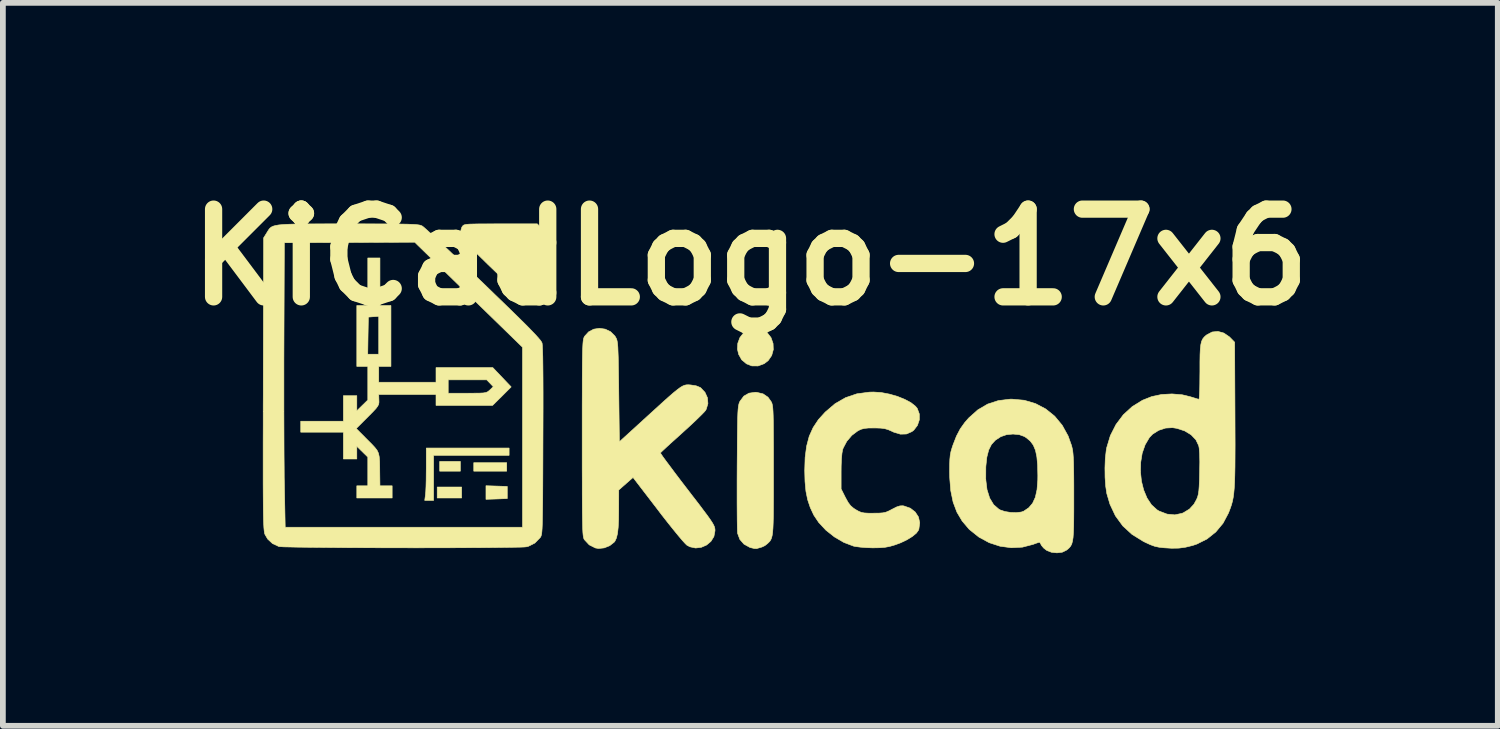
<source format=kicad_pcb>
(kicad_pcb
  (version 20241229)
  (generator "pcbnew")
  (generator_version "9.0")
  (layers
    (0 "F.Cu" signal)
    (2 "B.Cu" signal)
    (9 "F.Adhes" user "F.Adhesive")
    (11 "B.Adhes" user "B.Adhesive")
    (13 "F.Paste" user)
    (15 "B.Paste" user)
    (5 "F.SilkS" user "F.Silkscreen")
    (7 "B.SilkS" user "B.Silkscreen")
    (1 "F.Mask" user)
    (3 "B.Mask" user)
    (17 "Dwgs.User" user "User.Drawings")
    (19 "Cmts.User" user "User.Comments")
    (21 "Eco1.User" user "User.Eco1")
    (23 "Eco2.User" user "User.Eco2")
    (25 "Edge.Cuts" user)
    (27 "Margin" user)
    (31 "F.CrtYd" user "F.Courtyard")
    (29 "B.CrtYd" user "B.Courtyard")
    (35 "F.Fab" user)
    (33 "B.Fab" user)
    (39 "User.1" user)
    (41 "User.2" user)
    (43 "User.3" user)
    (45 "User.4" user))
  (footprint "KiCadLogo-17x6"
    (layer "F.Cu")
    (at 9.986 3.718)
    (property "Reference" "KiCadLogo-17x6" (at 0 -2.3 0) (layer "F.SilkS") (effects (font (size 1.524 1.524) (thickness 0.3))))
    (attr through_hole)
    (fp_poly (pts (xy -5.038 1.418) (xy -5.397 1.418) (xy -5.397 1.249) (xy -5.038 1.249) (xy -5.038 1.418)) (stroke (width 0.01) (type solid)) (fill yes) (layer "F.SilkS"))
    (fp_poly (pts (xy -5.016 1.884) (xy -5.44 1.884) (xy -5.44 1.693) (xy -5.016 1.693) (xy -5.016 1.884)) (stroke (width 0.01) (type solid)) (fill yes) (layer "F.SilkS"))
    (fp_poly (pts (xy -4.233 1.418) (xy -4.805 1.418) (xy -4.805 1.27) (xy -4.233 1.27) (xy -4.233 1.418)) (stroke (width 0.01) (type solid)) (fill yes) (layer "F.SilkS"))
    (fp_poly (pts (xy -4.408 1.677) (xy -4.223 1.683) (xy -4.223 1.894) (xy -4.408 1.901) (xy -4.593 1.907) (xy -4.593 1.671) (xy -4.408 1.677)) (stroke (width 0.01) (type solid)) (fill yes) (layer "F.SilkS"))
    (fp_poly (pts (xy -4.191 1.143) (xy -5.503 1.143) (xy -5.503 1.926) (xy -5.657 1.926) (xy -5.644 1.828) (xy -5.639 1.773) (xy -5.635 1.686) (xy -5.632 1.576) (xy -5.631 1.452) (xy -5.63 1.373) (xy -5.63 1.016) (xy -4.191 1.016) (xy -4.191 1.143)) (stroke (width 0.01) (type solid)) (fill yes) (layer "F.SilkS"))
    (fp_poly (pts (xy 0.218 -1.034) (xy 0.289 -0.993) (xy 0.359 -0.903) (xy 0.395 -0.8) (xy 0.399 -0.694) (xy 0.371 -0.592) (xy 0.311 -0.504) (xy 0.241 -0.45) (xy 0.134 -0.41) (xy 0.026 -0.411) (xy -0.066 -0.447) (xy -0.15 -0.517) (xy -0.203 -0.612) (xy -0.224 -0.702) (xy -0.218 -0.804) (xy -0.181 -0.903) (xy -0.118 -0.984) (xy -0.064 -1.022) (xy 0.026 -1.05) (xy 0.125 -1.054) (xy 0.218 -1.034)) (stroke (width 0.01) (type solid)) (fill yes) (layer "F.SilkS"))
    (fp_poly (pts (xy -3.598 -2.775) (xy -3.598 -1.607) (xy -3.65 -1.555) (xy -3.713 -1.513) (xy -3.784 -1.503) (xy -3.806 -1.504) (xy -3.829 -1.509) (xy -3.856 -1.522) (xy -3.889 -1.544) (xy -3.933 -1.579) (xy -3.99 -1.63) (xy -4.065 -1.699) (xy -4.159 -1.788) (xy -4.278 -1.902) (xy -4.423 -2.043) (xy -4.425 -2.045) (xy -4.554 -2.169) (xy -4.673 -2.286) (xy -4.78 -2.39) (xy -4.871 -2.479) (xy -4.942 -2.55) (xy -4.99 -2.598) (xy -5.011 -2.62) (xy -5.011 -2.62) (xy -5.034 -2.678) (xy -5.034 -2.751) (xy -5.013 -2.819) (xy -5.005 -2.832) (xy -4.995 -2.845) (xy -4.982 -2.856) (xy -4.961 -2.864) (xy -4.929 -2.87) (xy -4.88 -2.874) (xy -4.809 -2.876) (xy -4.712 -2.878) (xy -4.585 -2.878) (xy -4.422 -2.879) (xy -4.337 -2.879) (xy -3.702 -2.879) (xy -3.598 -2.775)) (stroke (width 0.01) (type solid)) (fill yes) (layer "F.SilkS"))
    (fp_poly (pts (xy 0.113 0.049) (xy 0.222 0.075) (xy 0.307 0.133) (xy 0.363 0.212) (xy 0.372 0.23) (xy 0.379 0.252) (xy 0.385 0.282) (xy 0.39 0.322) (xy 0.394 0.378) (xy 0.397 0.451) (xy 0.399 0.546) (xy 0.4 0.667) (xy 0.401 0.816) (xy 0.402 0.998) (xy 0.402 1.216) (xy 0.402 1.403) (xy 0.402 1.656) (xy 0.402 1.87) (xy 0.401 2.049) (xy 0.4 2.196) (xy 0.397 2.314) (xy 0.393 2.409) (xy 0.387 2.482) (xy 0.379 2.537) (xy 0.368 2.579) (xy 0.355 2.61) (xy 0.339 2.635) (xy 0.32 2.655) (xy 0.297 2.677) (xy 0.293 2.68) (xy 0.252 2.712) (xy 0.201 2.736) (xy 0.126 2.758) (xy 0.106 2.763) (xy 0.067 2.761) (xy 0.008 2.747) (xy -0.011 2.741) (xy -0.11 2.686) (xy -0.182 2.604) (xy -0.22 2.502) (xy -0.222 2.494) (xy -0.224 2.455) (xy -0.226 2.378) (xy -0.228 2.268) (xy -0.229 2.129) (xy -0.23 1.965) (xy -0.23 1.782) (xy -0.23 1.583) (xy -0.229 1.373) (xy -0.229 1.344) (xy -0.227 1.105) (xy -0.226 0.904) (xy -0.224 0.738) (xy -0.222 0.604) (xy -0.22 0.496) (xy -0.217 0.413) (xy -0.213 0.349) (xy -0.208 0.301) (xy -0.202 0.266) (xy -0.195 0.239) (xy -0.187 0.217) (xy -0.178 0.201) (xy -0.113 0.114) (xy -0.024 0.063) (xy 0.086 0.047) (xy 0.113 0.049)) (stroke (width 0.01) (type solid)) (fill yes) (layer "F.SilkS"))
    (fp_poly (pts (xy -6.435 -1.46) (xy -6.244 -1.46) (xy -6.244 -0.402) (xy -6.456 -0.402) (xy -6.456 -0.127) (xy -5.461 -0.127) (xy -5.461 -0.169) (xy -5.249 -0.169) (xy -5.249 0.064) (xy -4.917 0.064) (xy -4.792 0.063) (xy -4.702 0.062) (xy -4.639 0.059) (xy -4.597 0.052) (xy -4.568 0.041) (xy -4.546 0.025) (xy -4.525 0.007) (xy -4.466 -0.05) (xy -4.523 -0.11) (xy -4.58 -0.169) (xy -5.249 -0.169) (xy -5.461 -0.169) (xy -5.461 -0.381) (xy -4.474 -0.381) (xy -4.314 -0.213) (xy -4.155 -0.046) (xy -4.316 0.115) (xy -4.478 0.275) (xy -5.461 0.275) (xy -5.461 0.085) (xy -6.456 0.085) (xy -6.453 0.181) (xy -6.452 0.221) (xy -6.457 0.254) (xy -6.473 0.287) (xy -6.503 0.328) (xy -6.553 0.382) (xy -6.628 0.458) (xy -6.648 0.478) (xy -6.847 0.677) (xy -6.651 0.874) (xy -6.577 0.948) (xy -6.523 1.006) (xy -6.485 1.055) (xy -6.461 1.106) (xy -6.448 1.165) (xy -6.441 1.243) (xy -6.439 1.348) (xy -6.438 1.455) (xy -6.435 1.672) (xy -6.223 1.672) (xy -6.223 1.884) (xy -6.837 1.884) (xy -6.837 1.672) (xy -6.646 1.672) (xy -6.646 1.173) (xy -6.837 0.986) (xy -6.837 1.206) (xy -7.07 1.206) (xy -7.07 0.741) (xy -7.811 0.741) (xy -7.811 0.55) (xy -7.07 0.55) (xy -7.07 0.106) (xy -6.837 0.106) (xy -6.837 0.369) (xy -6.646 0.182) (xy -6.646 -0.402) (xy -6.837 -0.402) (xy -6.837 -0.614) (xy -6.647 -0.614) (xy -6.456 -0.614) (xy -6.456 -1.272) (xy -6.546 -1.266) (xy -6.636 -1.259) (xy -6.642 -0.937) (xy -6.647 -0.614) (xy -6.837 -0.614) (xy -6.837 -1.46) (xy -6.646 -1.46) (xy -6.646 -2.286) (xy -6.435 -2.286) (xy -6.435 -1.46)) (stroke (width 0.01) (type solid)) (fill yes) (layer "F.SilkS"))
    (fp_poly (pts (xy 2.275 0.052) (xy 2.417 0.079) (xy 2.556 0.119) (xy 2.684 0.171) (xy 2.792 0.229) (xy 2.871 0.292) (xy 2.9 0.328) (xy 2.936 0.424) (xy 2.936 0.526) (xy 2.903 0.623) (xy 2.84 0.705) (xy 2.806 0.731) (xy 2.712 0.772) (xy 2.608 0.775) (xy 2.491 0.74) (xy 2.464 0.727) (xy 2.396 0.697) (xy 2.335 0.679) (xy 2.266 0.67) (xy 2.175 0.667) (xy 2.148 0.667) (xy 2.05 0.668) (xy 1.981 0.675) (xy 1.927 0.689) (xy 1.875 0.713) (xy 1.864 0.72) (xy 1.763 0.796) (xy 1.675 0.9) (xy 1.614 1.015) (xy 1.604 1.043) (xy 1.592 1.107) (xy 1.583 1.204) (xy 1.578 1.328) (xy 1.577 1.429) (xy 1.577 1.726) (xy 1.651 1.874) (xy 1.698 1.959) (xy 1.742 2.018) (xy 1.795 2.063) (xy 1.829 2.085) (xy 1.882 2.115) (xy 1.928 2.134) (xy 1.98 2.144) (xy 2.051 2.148) (xy 2.136 2.148) (xy 2.234 2.147) (xy 2.303 2.142) (xy 2.357 2.13) (xy 2.409 2.108) (xy 2.466 2.078) (xy 2.543 2.039) (xy 2.6 2.021) (xy 2.649 2.019) (xy 2.667 2.022) (xy 2.779 2.061) (xy 2.864 2.127) (xy 2.921 2.214) (xy 2.943 2.315) (xy 2.928 2.424) (xy 2.922 2.442) (xy 2.885 2.494) (xy 2.815 2.552) (xy 2.721 2.61) (xy 2.612 2.662) (xy 2.512 2.699) (xy 2.422 2.725) (xy 2.338 2.741) (xy 2.246 2.748) (xy 2.129 2.75) (xy 2.121 2.75) (xy 2.014 2.746) (xy 1.912 2.738) (xy 1.828 2.727) (xy 1.793 2.72) (xy 1.625 2.656) (xy 1.462 2.561) (xy 1.313 2.443) (xy 1.188 2.309) (xy 1.103 2.182) (xy 1.041 2.049) (xy 0.996 1.915) (xy 0.966 1.767) (xy 0.95 1.598) (xy 0.945 1.408) (xy 0.952 1.179) (xy 0.978 0.983) (xy 1.023 0.812) (xy 1.091 0.661) (xy 1.183 0.522) (xy 1.301 0.392) (xy 1.472 0.246) (xy 1.654 0.141) (xy 1.851 0.074) (xy 2.067 0.045) (xy 2.14 0.043) (xy 2.275 0.052)) (stroke (width 0.01) (type solid)) (fill yes) (layer "F.SilkS"))
    (fp_poly (pts (xy 4.759 0.186) (xy 4.955 0.244) (xy 5.132 0.337) (xy 5.288 0.463) (xy 5.418 0.62) (xy 5.521 0.806) (xy 5.581 0.974) (xy 5.591 1.015) (xy 5.6 1.059) (xy 5.606 1.112) (xy 5.611 1.178) (xy 5.615 1.262) (xy 5.617 1.37) (xy 5.619 1.505) (xy 5.62 1.673) (xy 5.62 1.863) (xy 5.62 2.072) (xy 5.619 2.243) (xy 5.617 2.38) (xy 5.613 2.488) (xy 5.607 2.572) (xy 5.597 2.635) (xy 5.584 2.682) (xy 5.566 2.718) (xy 5.544 2.746) (xy 5.516 2.772) (xy 5.49 2.792) (xy 5.419 2.826) (xy 5.327 2.837) (xy 5.232 2.827) (xy 5.15 2.795) (xy 5.097 2.754) (xy 5.059 2.709) (xy 5.057 2.705) (xy 5.037 2.667) (xy 5.028 2.652) (xy 5.008 2.656) (xy 4.96 2.672) (xy 4.912 2.69) (xy 4.727 2.738) (xy 4.533 2.748) (xy 4.339 2.722) (xy 4.149 2.66) (xy 3.972 2.564) (xy 3.812 2.436) (xy 3.799 2.424) (xy 3.68 2.284) (xy 3.589 2.13) (xy 3.523 1.955) (xy 3.482 1.756) (xy 3.466 1.56) (xy 4.09 1.56) (xy 4.112 1.739) (xy 4.158 1.886) (xy 4.227 2) (xy 4.318 2.079) (xy 4.342 2.092) (xy 4.423 2.119) (xy 4.521 2.135) (xy 4.621 2.138) (xy 4.707 2.128) (xy 4.748 2.114) (xy 4.837 2.054) (xy 4.904 1.975) (xy 4.952 1.871) (xy 4.981 1.739) (xy 4.994 1.573) (xy 4.995 1.494) (xy 4.991 1.314) (xy 4.978 1.169) (xy 4.954 1.055) (xy 4.916 0.965) (xy 4.863 0.894) (xy 4.793 0.836) (xy 4.76 0.815) (xy 4.671 0.783) (xy 4.563 0.773) (xy 4.451 0.784) (xy 4.352 0.818) (xy 4.35 0.819) (xy 4.258 0.879) (xy 4.189 0.954) (xy 4.141 1.05) (xy 4.109 1.174) (xy 4.092 1.331) (xy 4.091 1.35) (xy 4.09 1.56) (xy 3.466 1.56) (xy 3.464 1.526) (xy 3.462 1.429) (xy 3.463 1.306) (xy 3.466 1.214) (xy 3.473 1.142) (xy 3.485 1.079) (xy 3.504 1.014) (xy 3.521 0.963) (xy 3.581 0.809) (xy 3.647 0.683) (xy 3.726 0.572) (xy 3.795 0.493) (xy 3.952 0.353) (xy 4.122 0.253) (xy 4.308 0.192) (xy 4.513 0.167) (xy 4.548 0.167) (xy 4.759 0.186)) (stroke (width 0.01) (type solid)) (fill yes) (layer "F.SilkS"))
    (fp_poly (pts (xy 8.226 -0.982) (xy 8.323 -0.916) (xy 8.341 -0.898) (xy 8.414 -0.823) (xy 8.42 0.43) (xy 8.421 0.711) (xy 8.422 0.954) (xy 8.421 1.162) (xy 8.42 1.338) (xy 8.417 1.487) (xy 8.413 1.611) (xy 8.407 1.715) (xy 8.399 1.802) (xy 8.389 1.876) (xy 8.376 1.941) (xy 8.36 2) (xy 8.341 2.056) (xy 8.319 2.114) (xy 8.307 2.145) (xy 8.213 2.322) (xy 8.087 2.474) (xy 7.934 2.596) (xy 7.758 2.684) (xy 7.684 2.709) (xy 7.561 2.739) (xy 7.445 2.755) (xy 7.32 2.757) (xy 7.188 2.749) (xy 7.1 2.739) (xy 7.026 2.723) (xy 6.949 2.695) (xy 6.856 2.652) (xy 6.823 2.635) (xy 6.631 2.516) (xy 6.471 2.369) (xy 6.343 2.194) (xy 6.248 1.992) (xy 6.193 1.806) (xy 6.174 1.679) (xy 6.163 1.526) (xy 6.162 1.429) (xy 6.778 1.429) (xy 6.795 1.592) (xy 6.834 1.746) (xy 6.892 1.885) (xy 6.969 2.002) (xy 7.065 2.089) (xy 7.101 2.111) (xy 7.24 2.164) (xy 7.375 2.177) (xy 7.502 2.15) (xy 7.525 2.14) (xy 7.63 2.076) (xy 7.707 1.992) (xy 7.754 1.907) (xy 7.771 1.865) (xy 7.783 1.819) (xy 7.792 1.76) (xy 7.798 1.682) (xy 7.803 1.576) (xy 7.806 1.439) (xy 7.809 1.257) (xy 7.806 1.116) (xy 7.798 1.017) (xy 7.79 0.975) (xy 7.741 0.873) (xy 7.658 0.786) (xy 7.546 0.718) (xy 7.411 0.674) (xy 7.335 0.662) (xy 7.214 0.669) (xy 7.095 0.708) (xy 6.99 0.774) (xy 6.934 0.832) (xy 6.859 0.959) (xy 6.808 1.105) (xy 6.782 1.264) (xy 6.778 1.429) (xy 6.162 1.429) (xy 6.161 1.362) (xy 6.167 1.201) (xy 6.183 1.059) (xy 6.191 1.012) (xy 6.255 0.8) (xy 6.353 0.607) (xy 6.48 0.438) (xy 6.635 0.296) (xy 6.813 0.186) (xy 6.974 0.122) (xy 7.143 0.086) (xy 7.326 0.076) (xy 7.505 0.091) (xy 7.641 0.124) (xy 7.713 0.146) (xy 7.768 0.163) (xy 7.795 0.169) (xy 7.795 0.169) (xy 7.799 0.149) (xy 7.803 0.093) (xy 7.807 0.006) (xy 7.809 -0.106) (xy 7.81 -0.235) (xy 7.811 -0.308) (xy 7.811 -0.476) (xy 7.813 -0.607) (xy 7.818 -0.708) (xy 7.827 -0.783) (xy 7.84 -0.838) (xy 7.859 -0.879) (xy 7.885 -0.912) (xy 7.919 -0.943) (xy 7.929 -0.95) (xy 8.023 -1) (xy 8.124 -1.01) (xy 8.226 -0.982)) (stroke (width 0.01) (type solid)) (fill yes) (layer "F.SilkS"))
    (fp_poly (pts (xy -2.522 -1.05) (xy -2.429 -1.006) (xy -2.354 -0.932) (xy -2.34 -0.909) (xy -2.329 -0.889) (xy -2.32 -0.867) (xy -2.313 -0.837) (xy -2.307 -0.796) (xy -2.302 -0.739) (xy -2.299 -0.663) (xy -2.295 -0.564) (xy -2.293 -0.436) (xy -2.29 -0.277) (xy -2.287 -0.082) (xy -2.286 0.036) (xy -2.275 0.907) (xy -1.799 0.473) (xy -1.644 0.332) (xy -1.517 0.216) (xy -1.414 0.124) (xy -1.332 0.053) (xy -1.266 -0.000323) (xy -1.215 -0.038) (xy -1.174 -0.062) (xy -1.139 -0.076) (xy -1.107 -0.082) (xy -1.075 -0.083) (xy -1.038 -0.08) (xy -1.036 -0.08) (xy -0.941 -0.065) (xy -0.87 -0.036) (xy -0.863 -0.031) (xy -0.788 0.048) (xy -0.745 0.143) (xy -0.737 0.244) (xy -0.766 0.341) (xy -0.777 0.361) (xy -0.805 0.394) (xy -0.86 0.45) (xy -0.936 0.524) (xy -1.028 0.611) (xy -1.132 0.706) (xy -1.188 0.757) (xy -1.292 0.851) (xy -1.386 0.935) (xy -1.464 1.007) (xy -1.522 1.061) (xy -1.555 1.093) (xy -1.562 1.101) (xy -1.551 1.12) (xy -1.517 1.17) (xy -1.463 1.244) (xy -1.391 1.34) (xy -1.306 1.454) (xy -1.209 1.582) (xy -1.13 1.685) (xy -1.001 1.853) (xy -0.895 1.99) (xy -0.811 2.102) (xy -0.745 2.19) (xy -0.696 2.259) (xy -0.661 2.312) (xy -0.638 2.353) (xy -0.624 2.384) (xy -0.617 2.411) (xy -0.614 2.436) (xy -0.614 2.455) (xy -0.633 2.554) (xy -0.685 2.638) (xy -0.76 2.701) (xy -0.852 2.741) (xy -0.951 2.753) (xy -1.049 2.732) (xy -1.102 2.704) (xy -1.131 2.676) (xy -1.183 2.619) (xy -1.253 2.536) (xy -1.337 2.433) (xy -1.433 2.313) (xy -1.536 2.182) (xy -1.605 2.091) (xy -2.038 1.527) (xy -2.162 1.636) (xy -2.286 1.745) (xy -2.287 2.084) (xy -2.289 2.26) (xy -2.296 2.397) (xy -2.308 2.502) (xy -2.327 2.58) (xy -2.352 2.634) (xy -2.367 2.653) (xy -2.444 2.713) (xy -2.539 2.751) (xy -2.637 2.761) (xy -2.692 2.752) (xy -2.799 2.698) (xy -2.881 2.61) (xy -2.882 2.61) (xy -2.889 2.598) (xy -2.895 2.582) (xy -2.9 2.559) (xy -2.905 2.528) (xy -2.909 2.484) (xy -2.912 2.426) (xy -2.914 2.35) (xy -2.916 2.253) (xy -2.918 2.133) (xy -2.919 1.987) (xy -2.92 1.812) (xy -2.92 1.606) (xy -2.921 1.364) (xy -2.921 1.086) (xy -2.921 0.847) (xy -2.921 0.538) (xy -2.921 0.269) (xy -2.92 0.037) (xy -2.92 -0.162) (xy -2.919 -0.33) (xy -2.918 -0.469) (xy -2.916 -0.583) (xy -2.914 -0.675) (xy -2.911 -0.747) (xy -2.908 -0.802) (xy -2.904 -0.843) (xy -2.899 -0.873) (xy -2.894 -0.895) (xy -2.887 -0.911) (xy -2.88 -0.924) (xy -2.88 -0.925) (xy -2.81 -1.002) (xy -2.721 -1.049) (xy -2.622 -1.064) (xy -2.522 -1.05)) (stroke (width 0.01) (type solid)) (fill yes) (layer "F.SilkS"))
    (fp_poly (pts (xy -7.102 -2.879) (xy -6.995 -2.879) (xy -6.735 -2.879) (xy -6.513 -2.878) (xy -6.328 -2.878) (xy -6.174 -2.877) (xy -6.049 -2.875) (xy -5.95 -2.873) (xy -5.873 -2.87) (xy -5.815 -2.867) (xy -5.772 -2.862) (xy -5.741 -2.857) (xy -5.719 -2.85) (xy -5.702 -2.842) (xy -5.701 -2.842) (xy -5.674 -2.821) (xy -5.62 -2.773) (xy -5.541 -2.701) (xy -5.44 -2.607) (xy -5.319 -2.494) (xy -5.182 -2.364) (xy -5.031 -2.221) (xy -4.868 -2.066) (xy -4.697 -1.901) (xy -4.637 -1.844) (xy -4.431 -1.644) (xy -4.253 -1.472) (xy -4.101 -1.324) (xy -3.975 -1.2) (xy -3.871 -1.097) (xy -3.789 -1.012) (xy -3.725 -0.945) (xy -3.678 -0.892) (xy -3.645 -0.853) (xy -3.626 -0.824) (xy -3.618 -0.807) (xy -3.614 -0.769) (xy -3.61 -0.689) (xy -3.606 -0.569) (xy -3.604 -0.407) (xy -3.602 -0.204) (xy -3.601 0.041) (xy -3.601 0.328) (xy -3.602 0.656) (xy -3.603 0.893) (xy -3.604 1.193) (xy -3.605 1.454) (xy -3.606 1.679) (xy -3.607 1.869) (xy -3.609 2.03) (xy -3.611 2.162) (xy -3.613 2.269) (xy -3.615 2.354) (xy -3.618 2.42) (xy -3.622 2.47) (xy -3.626 2.506) (xy -3.632 2.532) (xy -3.638 2.55) (xy -3.645 2.563) (xy -3.653 2.574) (xy -3.744 2.667) (xy -3.855 2.723) (xy -3.886 2.731) (xy -3.921 2.735) (xy -3.994 2.738) (xy -4.103 2.74) (xy -4.243 2.742) (xy -4.411 2.744) (xy -4.604 2.746) (xy -4.817 2.747) (xy -5.048 2.748) (xy -5.292 2.749) (xy -5.546 2.749) (xy -5.808 2.75) (xy -6.072 2.749) (xy -6.336 2.749) (xy -6.595 2.748) (xy -6.848 2.747) (xy -7.089 2.746) (xy -7.315 2.744) (xy -7.524 2.742) (xy -7.71 2.74) (xy -7.872 2.738) (xy -8.004 2.735) (xy -8.104 2.733) (xy -8.168 2.729) (xy -8.191 2.727) (xy -8.301 2.676) (xy -8.386 2.597) (xy -8.434 2.514) (xy -8.439 2.497) (xy -8.443 2.475) (xy -8.447 2.445) (xy -8.451 2.404) (xy -8.454 2.35) (xy -8.457 2.282) (xy -8.459 2.196) (xy -8.461 2.091) (xy -8.462 1.964) (xy -8.463 1.813) (xy -8.464 1.636) (xy -8.464 1.43) (xy -8.464 1.193) (xy -8.464 0.922) (xy -8.463 0.617) (xy -8.463 0.273) (xy -8.462 0.094) (xy -8.104 0.094) (xy -8.104 0.38) (xy -8.103 0.654) (xy -8.102 0.911) (xy -8.101 1.146) (xy -8.099 1.355) (xy -8.098 1.532) (xy -8.095 1.672) (xy -8.095 1.688) (xy -8.081 2.392) (xy -3.958 2.392) (xy -3.958 -0.735) (xy -4.895 -1.647) (xy -5.831 -2.56) (xy -6.964 -2.555) (xy -8.096 -2.551) (xy -8.103 -0.783) (xy -8.104 -0.492) (xy -8.104 -0.198) (xy -8.104 0.094) (xy -8.462 0.094) (xy -8.462 -0.106) (xy -8.456 -2.635) (xy -8.405 -2.717) (xy -8.385 -2.75) (xy -8.367 -2.778) (xy -8.348 -2.802) (xy -8.324 -2.822) (xy -8.292 -2.838) (xy -8.249 -2.85) (xy -8.192 -2.86) (xy -8.116 -2.867) (xy -8.019 -2.872) (xy -7.898 -2.876) (xy -7.749 -2.878) (xy -7.569 -2.878) (xy -7.354 -2.879) (xy -7.102 -2.879)) (stroke (width 0.01) (type solid)) (fill yes) (layer "F.SilkS")))
  (gr_rect
    (start -3 -3)
    (end 22.972 9.56)
    (stroke (width 0.1) (type default))
    (fill no)
    (layer "Edge.Cuts")))
</source>
